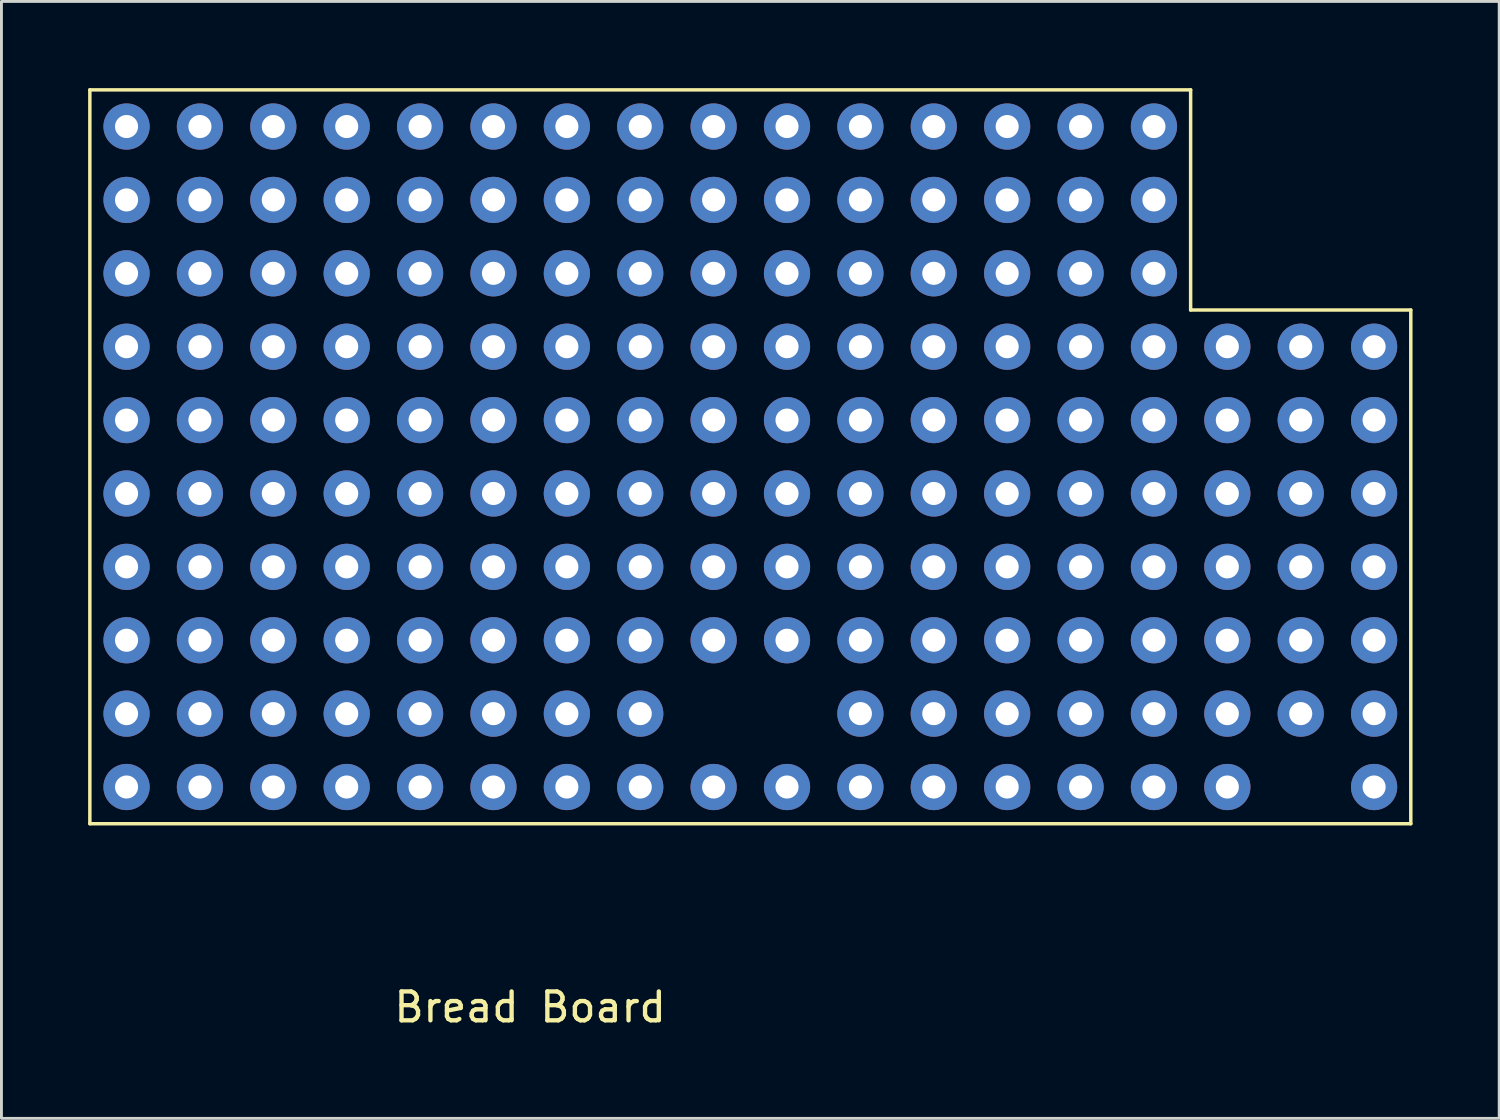
<source format=kicad_pcb>
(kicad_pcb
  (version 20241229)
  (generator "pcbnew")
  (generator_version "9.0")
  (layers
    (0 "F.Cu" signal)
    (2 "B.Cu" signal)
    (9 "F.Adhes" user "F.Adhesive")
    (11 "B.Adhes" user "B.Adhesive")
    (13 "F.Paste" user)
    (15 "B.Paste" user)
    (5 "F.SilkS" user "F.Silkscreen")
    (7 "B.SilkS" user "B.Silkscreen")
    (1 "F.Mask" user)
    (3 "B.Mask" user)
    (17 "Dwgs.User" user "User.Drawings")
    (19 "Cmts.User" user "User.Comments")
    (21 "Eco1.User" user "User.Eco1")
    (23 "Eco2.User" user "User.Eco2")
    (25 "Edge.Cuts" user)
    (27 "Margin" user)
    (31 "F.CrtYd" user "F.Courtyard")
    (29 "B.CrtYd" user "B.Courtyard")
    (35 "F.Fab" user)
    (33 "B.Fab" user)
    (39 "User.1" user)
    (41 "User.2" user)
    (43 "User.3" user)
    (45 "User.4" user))
  (footprint "Bread Board"
    (layer "F.Cu")
    (at 24.19 8.95)
    (property "Reference" "Bread Board" (at -8.89 22.86 0) (layer "F.SilkS") (effects (font (size 1 1) (thickness 0.15))))
    (attr through_hole)
    (fp_line (start -24.13 -8.89) (end 13.97 -8.89) (stroke (width 0.12) (type solid)) (layer "F.SilkS"))
    (fp_line (start -24.13 16.51) (end -24.13 -8.89) (stroke (width 0.12) (type solid)) (layer "F.SilkS"))
    (fp_line (start 13.97 -1.27) (end 13.97 -8.89) (stroke (width 0.12) (type solid)) (layer "F.SilkS"))
    (fp_line (start 21.59 -1.27) (end 13.97 -1.27) (stroke (width 0.12) (type solid)) (layer "F.SilkS"))
    (fp_line (start 21.59 -1.27) (end 21.59 16.51) (stroke (width 0.12) (type solid)) (layer "F.SilkS"))
    (fp_line (start 21.59 16.51) (end -24.13 16.51) (stroke (width 0.12) (type solid)) (layer "F.SilkS"))
    (pad "4" thru_hole circle (at -22.86 -7.62) (size 1.6 1.6) (drill 0.8) (layers "*.Cu" "*.Mask"))
    (pad "5" thru_hole circle (at -22.86 -5.08) (size 1.6 1.6) (drill 0.8) (layers "*.Cu" "*.Mask"))
    (pad "6" thru_hole circle (at -22.86 -2.54) (size 1.6 1.6) (drill 0.8) (layers "*.Cu" "*.Mask"))
    (pad "7" thru_hole circle (at -22.86 0) (size 1.6 1.6) (drill 0.8) (layers "*.Cu" "*.Mask"))
    (pad "8" thru_hole circle (at -22.86 2.54) (size 1.6 1.6) (drill 0.8) (layers "*.Cu" "*.Mask"))
    (pad "9" thru_hole circle (at -22.86 5.08) (size 1.6 1.6) (drill 0.8) (layers "*.Cu" "*.Mask"))
    (pad "10" thru_hole circle (at -22.86 7.62) (size 1.6 1.6) (drill 0.8) (layers "*.Cu" "*.Mask"))
    (pad "11" thru_hole circle (at -22.86 10.16) (size 1.6 1.6) (drill 0.8) (layers "*.Cu" "*.Mask"))
    (pad "12" thru_hole circle (at -22.86 12.7) (size 1.6 1.6) (drill 0.8) (layers "*.Cu" "*.Mask"))
    (pad "13" thru_hole circle (at -22.86 15.24) (size 1.6 1.6) (drill 0.8) (layers "*.Cu" "*.Mask"))
    (pad "14" thru_hole circle (at -20.32 15.24) (size 1.6 1.6) (drill 0.8) (layers "*.Cu" "*.Mask"))
    (pad "15" thru_hole circle (at -20.32 12.7) (size 1.6 1.6) (drill 0.8) (layers "*.Cu" "*.Mask"))
    (pad "16" thru_hole circle (at -20.32 10.16) (size 1.6 1.6) (drill 0.8) (layers "*.Cu" "*.Mask"))
    (pad "17" thru_hole circle (at -20.32 7.62) (size 1.6 1.6) (drill 0.8) (layers "*.Cu" "*.Mask"))
    (pad "18" thru_hole circle (at -20.32 5.08) (size 1.6 1.6) (drill 0.8) (layers "*.Cu" "*.Mask"))
    (pad "19" thru_hole circle (at -20.32 2.54) (size 1.6 1.6) (drill 0.8) (layers "*.Cu" "*.Mask"))
    (pad "20" thru_hole circle (at -20.32 0) (size 1.6 1.6) (drill 0.8) (layers "*.Cu" "*.Mask"))
    (pad "21" thru_hole circle (at -20.32 -2.54) (size 1.6 1.6) (drill 0.8) (layers "*.Cu" "*.Mask"))
    (pad "22" thru_hole circle (at -20.32 -5.08) (size 1.6 1.6) (drill 0.8) (layers "*.Cu" "*.Mask"))
    (pad "23" thru_hole circle (at -20.32 -7.62) (size 1.6 1.6) (drill 0.8) (layers "*.Cu" "*.Mask"))
    (pad "30" thru_hole circle (at -17.78 -7.62) (size 1.6 1.6) (drill 0.8) (layers "*.Cu" "*.Mask"))
    (pad "31" thru_hole circle (at -17.78 -5.08) (size 1.6 1.6) (drill 0.8) (layers "*.Cu" "*.Mask"))
    (pad "32" thru_hole circle (at -17.78 -2.54) (size 1.6 1.6) (drill 0.8) (layers "*.Cu" "*.Mask"))
    (pad "33" thru_hole circle (at -17.78 0) (size 1.6 1.6) (drill 0.8) (layers "*.Cu" "*.Mask"))
    (pad "34" thru_hole circle (at -17.78 2.54) (size 1.6 1.6) (drill 0.8) (layers "*.Cu" "*.Mask"))
    (pad "35" thru_hole circle (at -17.78 5.08) (size 1.6 1.6) (drill 0.8) (layers "*.Cu" "*.Mask"))
    (pad "36" thru_hole circle (at -17.78 7.62) (size 1.6 1.6) (drill 0.8) (layers "*.Cu" "*.Mask"))
    (pad "37" thru_hole circle (at -17.78 10.16) (size 1.6 1.6) (drill 0.8) (layers "*.Cu" "*.Mask"))
    (pad "38" thru_hole circle (at -17.78 12.7) (size 1.6 1.6) (drill 0.8) (layers "*.Cu" "*.Mask"))
    (pad "39" thru_hole circle (at -17.78 15.24) (size 1.6 1.6) (drill 0.8) (layers "*.Cu" "*.Mask"))
    (pad "40" thru_hole circle (at -15.24 15.24) (size 1.6 1.6) (drill 0.8) (layers "*.Cu" "*.Mask"))
    (pad "41" thru_hole circle (at -15.24 12.7) (size 1.6 1.6) (drill 0.8) (layers "*.Cu" "*.Mask"))
    (pad "42" thru_hole circle (at -15.24 10.16) (size 1.6 1.6) (drill 0.8) (layers "*.Cu" "*.Mask"))
    (pad "43" thru_hole circle (at -15.24 7.62) (size 1.6 1.6) (drill 0.8) (layers "*.Cu" "*.Mask"))
    (pad "44" thru_hole circle (at -15.24 5.08) (size 1.6 1.6) (drill 0.8) (layers "*.Cu" "*.Mask"))
    (pad "45" thru_hole circle (at -15.24 2.54) (size 1.6 1.6) (drill 0.8) (layers "*.Cu" "*.Mask"))
    (pad "46" thru_hole circle (at -15.24 0) (size 1.6 1.6) (drill 0.8) (layers "*.Cu" "*.Mask"))
    (pad "47" thru_hole circle (at -15.24 -2.54) (size 1.6 1.6) (drill 0.8) (layers "*.Cu" "*.Mask"))
    (pad "48" thru_hole circle (at -15.24 -5.08) (size 1.6 1.6) (drill 0.8) (layers "*.Cu" "*.Mask"))
    (pad "49" thru_hole circle (at -15.24 -7.62) (size 1.6 1.6) (drill 0.8) (layers "*.Cu" "*.Mask"))
    (pad "56" thru_hole circle (at -12.7 -7.62) (size 1.6 1.6) (drill 0.8) (layers "*.Cu" "*.Mask"))
    (pad "57" thru_hole circle (at -12.7 -5.08) (size 1.6 1.6) (drill 0.8) (layers "*.Cu" "*.Mask"))
    (pad "58" thru_hole circle (at -12.7 -2.54) (size 1.6 1.6) (drill 0.8) (layers "*.Cu" "*.Mask"))
    (pad "59" thru_hole circle (at -12.7 0) (size 1.6 1.6) (drill 0.8) (layers "*.Cu" "*.Mask"))
    (pad "60" thru_hole circle (at -12.7 2.54) (size 1.6 1.6) (drill 0.8) (layers "*.Cu" "*.Mask"))
    (pad "61" thru_hole circle (at -12.7 5.08) (size 1.6 1.6) (drill 0.8) (layers "*.Cu" "*.Mask"))
    (pad "62" thru_hole circle (at -12.7 7.62) (size 1.6 1.6) (drill 0.8) (layers "*.Cu" "*.Mask"))
    (pad "63" thru_hole circle (at -12.7 10.16) (size 1.6 1.6) (drill 0.8) (layers "*.Cu" "*.Mask"))
    (pad "64" thru_hole circle (at -12.7 12.7) (size 1.6 1.6) (drill 0.8) (layers "*.Cu" "*.Mask"))
    (pad "65" thru_hole circle (at -12.7 15.24) (size 1.6 1.6) (drill 0.8) (layers "*.Cu" "*.Mask"))
    (pad "66" thru_hole circle (at -10.16 15.24) (size 1.6 1.6) (drill 0.8) (layers "*.Cu" "*.Mask"))
    (pad "67" thru_hole circle (at -10.16 12.7) (size 1.6 1.6) (drill 0.8) (layers "*.Cu" "*.Mask"))
    (pad "68" thru_hole circle (at -10.16 10.16) (size 1.6 1.6) (drill 0.8) (layers "*.Cu" "*.Mask"))
    (pad "69" thru_hole circle (at -10.16 7.62) (size 1.6 1.6) (drill 0.8) (layers "*.Cu" "*.Mask"))
    (pad "70" thru_hole circle (at -10.16 5.08) (size 1.6 1.6) (drill 0.8) (layers "*.Cu" "*.Mask"))
    (pad "71" thru_hole circle (at -10.16 2.54) (size 1.6 1.6) (drill 0.8) (layers "*.Cu" "*.Mask"))
    (pad "72" thru_hole circle (at -10.16 0 90) (size 1.6 1.6) (drill 0.8) (layers "*.Cu" "*.Mask"))
    (pad "73" thru_hole circle (at -10.16 -2.54) (size 1.6 1.6) (drill 0.8) (layers "*.Cu" "*.Mask"))
    (pad "74" thru_hole circle (at -10.16 -5.08) (size 1.6 1.6) (drill 0.8) (layers "*.Cu" "*.Mask"))
    (pad "75" thru_hole circle (at -10.16 -7.62) (size 1.6 1.6) (drill 0.8) (layers "*.Cu" "*.Mask"))
    (pad "82" thru_hole circle (at -7.62 -7.62) (size 1.6 1.6) (drill 0.8) (layers "*.Cu" "*.Mask"))
    (pad "83" thru_hole circle (at -7.62 -5.08) (size 1.6 1.6) (drill 0.8) (layers "*.Cu" "*.Mask"))
    (pad "84" thru_hole circle (at -7.62 -2.54) (size 1.6 1.6) (drill 0.8) (layers "*.Cu" "*.Mask"))
    (pad "85" thru_hole circle (at -7.62 0) (size 1.6 1.6) (drill 0.8) (layers "*.Cu" "*.Mask"))
    (pad "86" thru_hole circle (at -7.62 2.54) (size 1.6 1.6) (drill 0.8) (layers "*.Cu" "*.Mask"))
    (pad "87" thru_hole circle (at -7.62 5.08) (size 1.6 1.6) (drill 0.8) (layers "*.Cu" "*.Mask"))
    (pad "88" thru_hole circle (at -7.62 7.62) (size 1.6 1.6) (drill 0.8) (layers "*.Cu" "*.Mask"))
    (pad "89" thru_hole circle (at -7.62 10.16) (size 1.6 1.6) (drill 0.8) (layers "*.Cu" "*.Mask"))
    (pad "90" thru_hole circle (at -7.62 12.7) (size 1.6 1.6) (drill 0.8) (layers "*.Cu" "*.Mask"))
    (pad "91" thru_hole circle (at -7.62 15.24) (size 1.6 1.6) (drill 0.8) (layers "*.Cu" "*.Mask"))
    (pad "92" thru_hole circle (at -5.08 15.24) (size 1.6 1.6) (drill 0.8) (layers "*.Cu" "*.Mask"))
    (pad "93" thru_hole circle (at -5.08 12.7) (size 1.6 1.6) (drill 0.8) (layers "*.Cu" "*.Mask"))
    (pad "94" thru_hole circle (at -5.08 10.16) (size 1.6 1.6) (drill 0.8) (layers "*.Cu" "*.Mask"))
    (pad "95" thru_hole circle (at -5.08 7.62) (size 1.6 1.6) (drill 0.8) (layers "*.Cu" "*.Mask"))
    (pad "96" thru_hole circle (at -5.08 5.08) (size 1.6 1.6) (drill 0.8) (layers "*.Cu" "*.Mask"))
    (pad "97" thru_hole circle (at -5.08 2.54) (size 1.6 1.6) (drill 0.8) (layers "*.Cu" "*.Mask"))
    (pad "98" thru_hole circle (at -5.08 0) (size 1.6 1.6) (drill 0.8) (layers "*.Cu" "*.Mask"))
    (pad "99" thru_hole circle (at -5.08 -2.54) (size 1.6 1.6) (drill 0.8) (layers "*.Cu" "*.Mask"))
    (pad "100" thru_hole circle (at -5.08 -5.08) (size 1.6 1.6) (drill 0.8) (layers "*.Cu" "*.Mask"))
    (pad "101" thru_hole circle (at -5.08 -7.62) (size 1.6 1.6) (drill 0.8) (layers "*.Cu" "*.Mask"))
    (pad "108" thru_hole circle (at -2.54 -7.62) (size 1.6 1.6) (drill 0.8) (layers "*.Cu" "*.Mask"))
    (pad "109" thru_hole circle (at -2.54 -5.08) (size 1.6 1.6) (drill 0.8) (layers "*.Cu" "*.Mask"))
    (pad "110" thru_hole circle (at -2.54 -2.54) (size 1.6 1.6) (drill 0.8) (layers "*.Cu" "*.Mask"))
    (pad "111" thru_hole circle (at -2.54 0) (size 1.6 1.6) (drill 0.8) (layers "*.Cu" "*.Mask"))
    (pad "112" thru_hole circle (at -2.54 2.54) (size 1.6 1.6) (drill 0.8) (layers "*.Cu" "*.Mask"))
    (pad "113" thru_hole circle (at -2.54 5.08) (size 1.6 1.6) (drill 0.8) (layers "*.Cu" "*.Mask"))
    (pad "114" thru_hole circle (at -2.54 7.62) (size 1.6 1.6) (drill 0.8) (layers "*.Cu" "*.Mask"))
    (pad "115" thru_hole circle (at -2.54 10.16) (size 1.6 1.6) (drill 0.8) (layers "*.Cu" "*.Mask"))
    (pad "117" thru_hole circle (at -2.54 15.24) (size 1.6 1.6) (drill 0.8) (layers "*.Cu" "*.Mask"))
    (pad "118" thru_hole circle (at 0 15.24 180) (size 1.6 1.6) (drill 0.8) (layers "*.Cu" "*.Mask"))
    (pad "120" thru_hole circle (at 0 10.16) (size 1.6 1.6) (drill 0.8) (layers "*.Cu" "*.Mask"))
    (pad "121" thru_hole circle (at 0 7.62) (size 1.6 1.6) (drill 0.8) (layers "*.Cu" "*.Mask"))
    (pad "122" thru_hole circle (at 0 5.08) (size 1.6 1.6) (drill 0.8) (layers "*.Cu" "*.Mask"))
    (pad "123" thru_hole circle (at 0 2.54) (size 1.6 1.6) (drill 0.8) (layers "*.Cu" "*.Mask"))
    (pad "124" thru_hole circle (at 0 0) (size 1.6 1.6) (drill 0.8) (layers "*.Cu" "*.Mask"))
    (pad "125" thru_hole circle (at 0 -2.54) (size 1.6 1.6) (drill 0.8) (layers "*.Cu" "*.Mask"))
    (pad "126" thru_hole circle (at 0 -5.08) (size 1.6 1.6) (drill 0.8) (layers "*.Cu" "*.Mask"))
    (pad "127" thru_hole circle (at 0 -7.62) (size 1.6 1.6) (drill 0.8) (layers "*.Cu" "*.Mask"))
    (pad "134" thru_hole circle (at 2.54 -7.62) (size 1.6 1.6) (drill 0.8) (layers "*.Cu" "*.Mask"))
    (pad "135" thru_hole circle (at 2.54 -5.08) (size 1.6 1.6) (drill 0.8) (layers "*.Cu" "*.Mask"))
    (pad "136" thru_hole circle (at 2.54 -2.54) (size 1.6 1.6) (drill 0.8) (layers "*.Cu" "*.Mask"))
    (pad "137" thru_hole circle (at 2.54 0) (size 1.6 1.6) (drill 0.8) (layers "*.Cu" "*.Mask"))
    (pad "138" thru_hole circle (at 2.54 2.54) (size 1.6 1.6) (drill 0.8) (layers "*.Cu" "*.Mask"))
    (pad "139" thru_hole circle (at 2.54 5.08) (size 1.6 1.6) (drill 0.8) (layers "*.Cu" "*.Mask"))
    (pad "140" thru_hole circle (at 2.54 7.62) (size 1.6 1.6) (drill 0.8) (layers "*.Cu" "*.Mask"))
    (pad "141" thru_hole circle (at 2.54 10.16) (size 1.6 1.6) (drill 0.8) (layers "*.Cu" "*.Mask"))
    (pad "142" thru_hole circle (at 2.54 12.7) (size 1.6 1.6) (drill 0.8) (layers "*.Cu" "*.Mask"))
    (pad "143" thru_hole circle (at 2.54 15.24) (size 1.6 1.6) (drill 0.8) (layers "*.Cu" "*.Mask"))
    (pad "144" thru_hole circle (at 5.08 15.24) (size 1.6 1.6) (drill 0.8) (layers "*.Cu" "*.Mask"))
    (pad "145" thru_hole circle (at 5.08 12.7) (size 1.6 1.6) (drill 0.8) (layers "*.Cu" "*.Mask"))
    (pad "146" thru_hole circle (at 5.08 10.16) (size 1.6 1.6) (drill 0.8) (layers "*.Cu" "*.Mask"))
    (pad "147" thru_hole circle (at 5.08 7.62) (size 1.6 1.6) (drill 0.8) (layers "*.Cu" "*.Mask"))
    (pad "148" thru_hole circle (at 5.08 5.08) (size 1.6 1.6) (drill 0.8) (layers "*.Cu" "*.Mask"))
    (pad "149" thru_hole circle (at 5.08 2.54) (size 1.6 1.6) (drill 0.8) (layers "*.Cu" "*.Mask"))
    (pad "150" thru_hole circle (at 5.08 0) (size 1.6 1.6) (drill 0.8) (layers "*.Cu" "*.Mask"))
    (pad "151" thru_hole circle (at 5.08 -2.54) (size 1.6 1.6) (drill 0.8) (layers "*.Cu" "*.Mask"))
    (pad "152" thru_hole circle (at 5.08 -5.08) (size 1.6 1.6) (drill 0.8) (layers "*.Cu" "*.Mask"))
    (pad "153" thru_hole circle (at 5.08 -7.62) (size 1.6 1.6) (drill 0.8) (layers "*.Cu" "*.Mask"))
    (pad "160" thru_hole circle (at 7.62 -7.62) (size 1.6 1.6) (drill 0.8) (layers "*.Cu" "*.Mask"))
    (pad "161" thru_hole circle (at 7.62 -5.08) (size 1.6 1.6) (drill 0.8) (layers "*.Cu" "*.Mask"))
    (pad "162" thru_hole circle (at 7.62 -2.54) (size 1.6 1.6) (drill 0.8) (layers "*.Cu" "*.Mask"))
    (pad "163" thru_hole circle (at 7.62 0) (size 1.6 1.6) (drill 0.8) (layers "*.Cu" "*.Mask"))
    (pad "164" thru_hole circle (at 7.62 2.54) (size 1.6 1.6) (drill 0.8) (layers "*.Cu" "*.Mask"))
    (pad "165" thru_hole circle (at 7.62 5.08) (size 1.6 1.6) (drill 0.8) (layers "*.Cu" "*.Mask"))
    (pad "166" thru_hole circle (at 7.62 7.62) (size 1.6 1.6) (drill 0.8) (layers "*.Cu" "*.Mask"))
    (pad "167" thru_hole circle (at 7.62 10.16) (size 1.6 1.6) (drill 0.8) (layers "*.Cu" "*.Mask"))
    (pad "168" thru_hole circle (at 7.62 12.7) (size 1.6 1.6) (drill 0.8) (layers "*.Cu" "*.Mask"))
    (pad "169" thru_hole circle (at 7.62 15.24) (size 1.6 1.6) (drill 0.8) (layers "*.Cu" "*.Mask"))
    (pad "170" thru_hole circle (at 10.16 15.24) (size 1.6 1.6) (drill 0.8) (layers "*.Cu" "*.Mask"))
    (pad "171" thru_hole circle (at 10.16 12.7) (size 1.6 1.6) (drill 0.8) (layers "*.Cu" "*.Mask"))
    (pad "172" thru_hole circle (at 10.16 10.16) (size 1.6 1.6) (drill 0.8) (layers "*.Cu" "*.Mask"))
    (pad "173" thru_hole circle (at 10.16 7.62) (size 1.6 1.6) (drill 0.8) (layers "*.Cu" "*.Mask"))
    (pad "174" thru_hole circle (at 10.16 5.08) (size 1.6 1.6) (drill 0.8) (layers "*.Cu" "*.Mask"))
    (pad "175" thru_hole circle (at 10.16 2.54) (size 1.6 1.6) (drill 0.8) (layers "*.Cu" "*.Mask"))
    (pad "176" thru_hole circle (at 10.16 0) (size 1.6 1.6) (drill 0.8) (layers "*.Cu" "*.Mask"))
    (pad "177" thru_hole circle (at 10.16 -2.54) (size 1.6 1.6) (drill 0.8) (layers "*.Cu" "*.Mask"))
    (pad "178" thru_hole circle (at 10.16 -5.08) (size 1.6 1.6) (drill 0.8) (layers "*.Cu" "*.Mask"))
    (pad "179" thru_hole circle (at 10.16 -7.62) (size 1.6 1.6) (drill 0.8) (layers "*.Cu" "*.Mask"))
    (pad "186" thru_hole circle (at 12.7 -7.62) (size 1.6 1.6) (drill 0.8) (layers "*.Cu" "*.Mask"))
    (pad "187" thru_hole circle (at 12.7 -5.08) (size 1.6 1.6) (drill 0.8) (layers "*.Cu" "*.Mask"))
    (pad "188" thru_hole circle (at 12.7 -2.54) (size 1.6 1.6) (drill 0.8) (layers "*.Cu" "*.Mask"))
    (pad "189" thru_hole circle (at 12.7 0) (size 1.6 1.6) (drill 0.8) (layers "*.Cu" "*.Mask"))
    (pad "190" thru_hole circle (at 12.7 2.54) (size 1.6 1.6) (drill 0.8) (layers "*.Cu" "*.Mask"))
    (pad "191" thru_hole circle (at 12.7 5.08) (size 1.6 1.6) (drill 0.8) (layers "*.Cu" "*.Mask"))
    (pad "192" thru_hole circle (at 12.7 7.62) (size 1.6 1.6) (drill 0.8) (layers "*.Cu" "*.Mask"))
    (pad "193" thru_hole circle (at 12.7 10.16) (size 1.6 1.6) (drill 0.8) (layers "*.Cu" "*.Mask"))
    (pad "194" thru_hole circle (at 12.7 12.7) (size 1.6 1.6) (drill 0.8) (layers "*.Cu" "*.Mask"))
    (pad "195" thru_hole circle (at 12.7 15.24) (size 1.6 1.6) (drill 0.8) (layers "*.Cu" "*.Mask"))
    (pad "196" thru_hole circle (at 15.24 15.24) (size 1.6 1.6) (drill 0.8) (layers "*.Cu" "*.Mask"))
    (pad "197" thru_hole circle (at 15.24 12.7) (size 1.6 1.6) (drill 0.8) (layers "*.Cu" "*.Mask"))
    (pad "198" thru_hole circle (at 15.24 10.16) (size 1.6 1.6) (drill 0.8) (layers "*.Cu" "*.Mask"))
    (pad "199" thru_hole circle (at 15.24 7.62) (size 1.6 1.6) (drill 0.8) (layers "*.Cu" "*.Mask"))
    (pad "200" thru_hole circle (at 15.24 5.08) (size 1.6 1.6) (drill 0.8) (layers "*.Cu" "*.Mask"))
    (pad "201" thru_hole circle (at 15.24 2.54) (size 1.6 1.6) (drill 0.8) (layers "*.Cu" "*.Mask"))
    (pad "202" thru_hole circle (at 15.24 0) (size 1.6 1.6) (drill 0.8) (layers "*.Cu" "*.Mask"))
    (pad "212" thru_hole circle (at 17.78 0) (size 1.6 1.6) (drill 0.8) (layers "*.Cu" "*.Mask"))
    (pad "213" thru_hole circle (at 17.78 2.54) (size 1.6 1.6) (drill 0.8) (layers "*.Cu" "*.Mask"))
    (pad "214" thru_hole circle (at 17.78 5.08) (size 1.6 1.6) (drill 0.8) (layers "*.Cu" "*.Mask"))
    (pad "215" thru_hole circle (at 17.78 7.62) (size 1.6 1.6) (drill 0.8) (layers "*.Cu" "*.Mask"))
    (pad "216" thru_hole circle (at 17.78 10.16) (size 1.6 1.6) (drill 0.8) (layers "*.Cu" "*.Mask"))
    (pad "217" thru_hole circle (at 17.78 12.7) (size 1.6 1.6) (drill 0.8) (layers "*.Cu" "*.Mask"))
    (pad "219" thru_hole circle (at 20.32 15.24) (size 1.6 1.6) (drill 0.8) (layers "*.Cu" "*.Mask"))
    (pad "220" thru_hole circle (at 20.32 12.7) (size 1.6 1.6) (drill 0.8) (layers "*.Cu" "*.Mask"))
    (pad "221" thru_hole circle (at 20.32 10.16) (size 1.6 1.6) (drill 0.8) (layers "*.Cu" "*.Mask"))
    (pad "222" thru_hole circle (at 20.32 7.62) (size 1.6 1.6) (drill 0.8) (layers "*.Cu" "*.Mask"))
    (pad "223" thru_hole circle (at 20.32 5.08) (size 1.6 1.6) (drill 0.8) (layers "*.Cu" "*.Mask"))
    (pad "224" thru_hole circle (at 20.32 2.54) (size 1.6 1.6) (drill 0.8) (layers "*.Cu" "*.Mask"))
    (pad "225" thru_hole circle (at 20.32 0) (size 1.6 1.6) (drill 0.8) (layers "*.Cu" "*.Mask")))
  (gr_rect
    (start -3 -3)
    (end 48.84 35.658)
    (stroke (width 0.1) (type default))
    (fill no)
    (layer "Edge.Cuts")))
</source>
